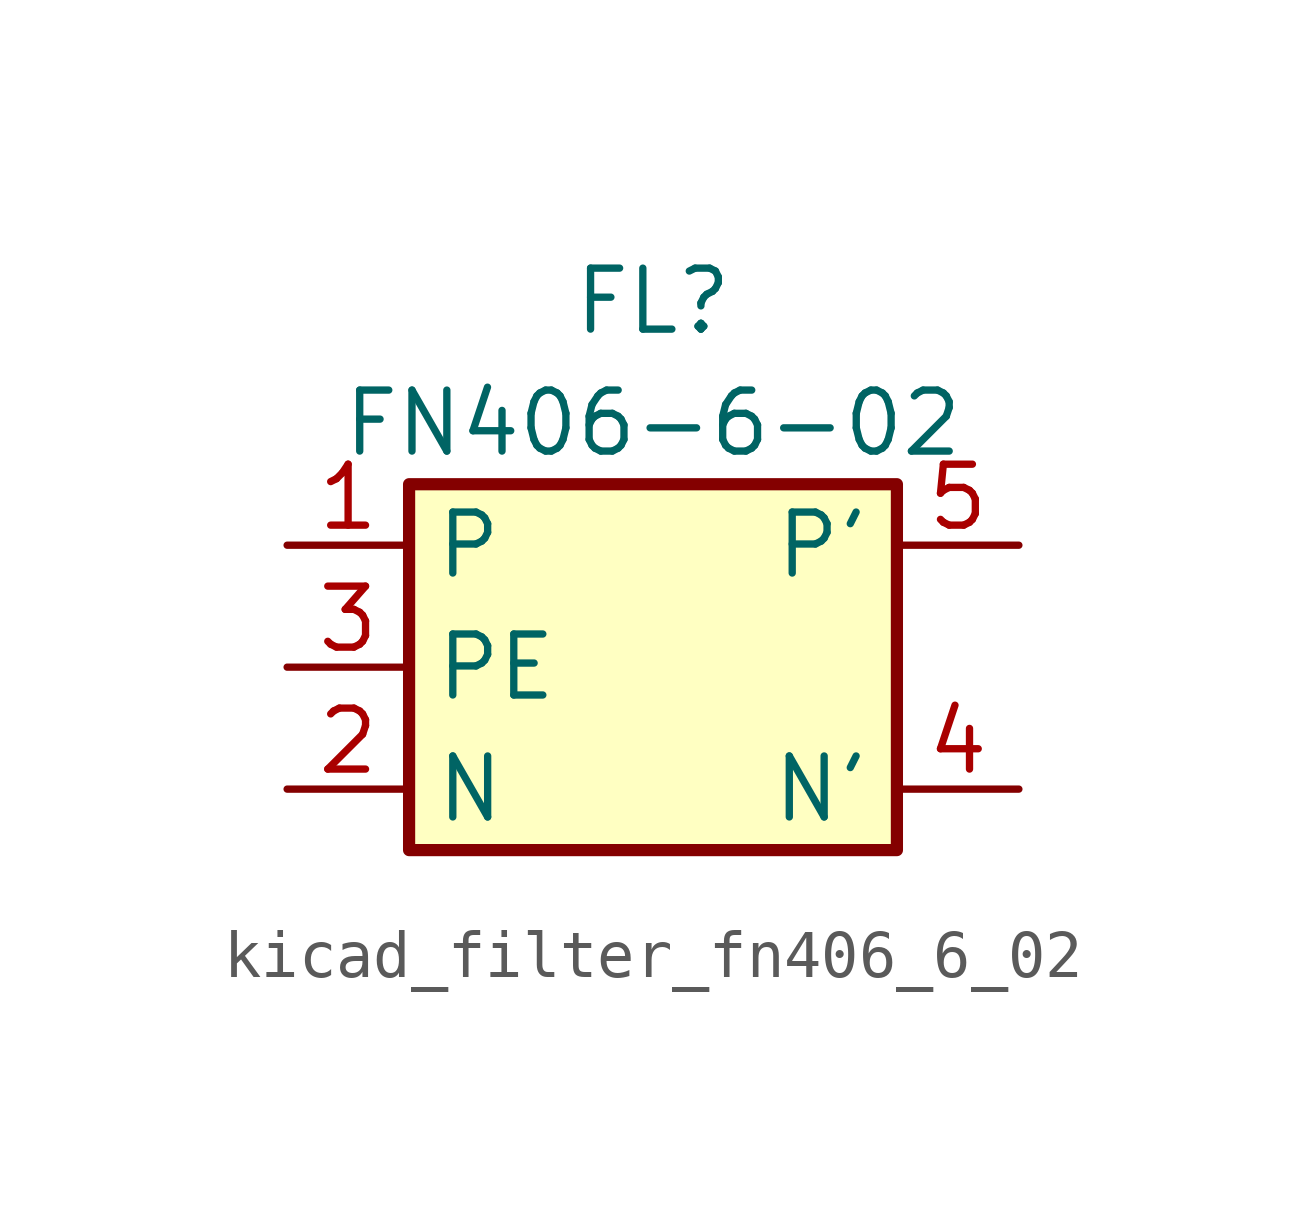
<source format=kicad_sym>
(kicad_symbol_lib
  (version 20220914)
  (generator kicad_symbol_editor)
  (symbol "kicad_filter_fn406_6_02"
    (property "Reference" "FL"
      (at 0 7.62 0)
      (effects (font (size 1.27 1.27))))
    (property "Value" "FN406-6-02"
      (at 0 5.08 0)
      (effects (font (size 1.27 1.27))))
    (symbol "kicad_filter_fn406_6_02_0_1"
      (rectangle (start -5.08 3.81) (end 5.08 -3.81) (stroke (width 0.254) (type default)) (fill (type background))))
    (symbol "kicad_filter_fn406_6_02_1_1"
      (pin passive line (at -7.62 2.54 0) (length 2.54) (name "P" (effects (font (size 1.27 1.27)))) (number "1" (effects (font (size 1.27 1.27)))))
      (pin passive line (at -7.62 -2.54 0) (length 2.54) (name "N" (effects (font (size 1.27 1.27)))) (number "2" (effects (font (size 1.27 1.27)))))
      (pin passive line (at -7.62 0 0) (length 2.54) (name "PE" (effects (font (size 1.27 1.27)))) (number "3" (effects (font (size 1.27 1.27)))))
      (pin passive line (at 7.62 -2.54 180) (length 2.54) (name "N'" (effects (font (size 1.27 1.27)))) (number "4" (effects (font (size 1.27 1.27)))))
      (pin passive line (at 7.62 2.54 180) (length 2.54) (name "P'" (effects (font (size 1.27 1.27)))) (number "5" (effects (font (size 1.27 1.27))))))))
</source>
